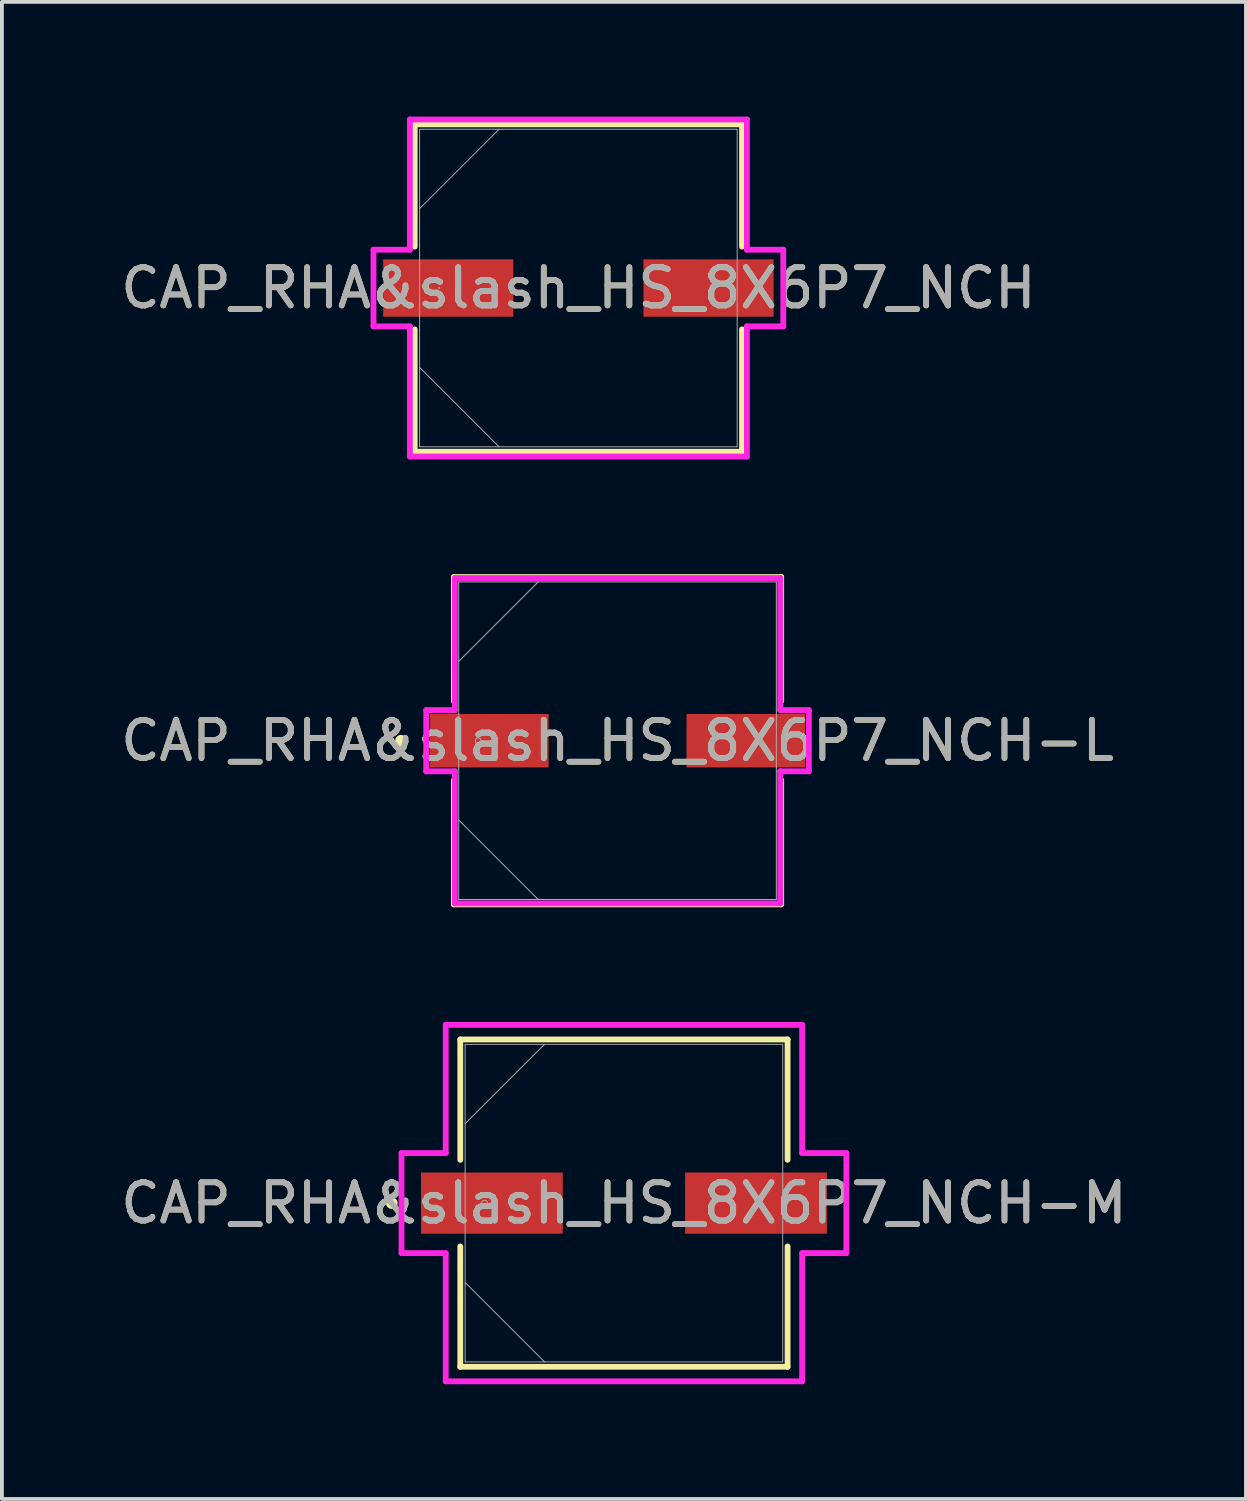
<source format=kicad_pcb>
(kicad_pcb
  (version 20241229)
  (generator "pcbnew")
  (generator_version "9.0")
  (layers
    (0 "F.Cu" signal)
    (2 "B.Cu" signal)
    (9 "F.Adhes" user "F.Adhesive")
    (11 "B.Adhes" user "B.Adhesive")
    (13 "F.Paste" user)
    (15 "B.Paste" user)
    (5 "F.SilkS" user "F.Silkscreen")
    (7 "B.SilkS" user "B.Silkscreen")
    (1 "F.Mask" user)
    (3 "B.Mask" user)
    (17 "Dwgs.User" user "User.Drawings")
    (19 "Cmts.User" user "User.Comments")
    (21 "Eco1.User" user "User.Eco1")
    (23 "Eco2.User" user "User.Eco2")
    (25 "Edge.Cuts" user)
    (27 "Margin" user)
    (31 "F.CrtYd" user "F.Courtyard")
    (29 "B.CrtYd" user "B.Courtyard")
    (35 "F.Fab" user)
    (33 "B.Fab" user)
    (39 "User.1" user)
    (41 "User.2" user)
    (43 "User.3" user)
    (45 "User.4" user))
  (footprint "CAP_RHA&slash_HS_8X6P7_NCH"
    (layer "F.Cu")
    (at 12.077 4.483)
    (property "Reference" "CAP_RHA&slash_HS_8X6P7_NCH" (at 0 0 0) (unlocked yes) (layer "F.SilkS") (effects (font (size 1 1) (thickness 0.15))))
    (attr smd)
    (fp_line (start -4.28 -4.28) (end -4.28 -1.082) (stroke (width 0.152) (type solid)) (layer "F.SilkS"))
    (fp_line (start -4.28 1.082) (end -4.28 4.28) (stroke (width 0.152) (type solid)) (layer "F.SilkS"))
    (fp_line (start -4.28 4.28) (end 4.28 4.28) (stroke (width 0.152) (type solid)) (layer "F.SilkS"))
    (fp_line (start 4.28 -4.28) (end -4.28 -4.28) (stroke (width 0.152) (type solid)) (layer "F.SilkS"))
    (fp_line (start 4.28 -1.082) (end 4.28 -4.28) (stroke (width 0.152) (type solid)) (layer "F.SilkS"))
    (fp_line (start 4.28 4.28) (end 4.28 1.082) (stroke (width 0.152) (type solid)) (layer "F.SilkS"))
    (fp_line (start -5.359 -1.003) (end -4.407 -1.003) (stroke (width 0.152) (type solid)) (layer "F.CrtYd"))
    (fp_line (start -5.359 1.003) (end -5.359 -1.003) (stroke (width 0.152) (type solid)) (layer "F.CrtYd"))
    (fp_line (start -4.407 -4.407) (end 4.407 -4.407) (stroke (width 0.152) (type solid)) (layer "F.CrtYd"))
    (fp_line (start -4.407 -1.003) (end -4.407 -4.407) (stroke (width 0.152) (type solid)) (layer "F.CrtYd"))
    (fp_line (start -4.407 1.003) (end -5.359 1.003) (stroke (width 0.152) (type solid)) (layer "F.CrtYd"))
    (fp_line (start -4.407 4.407) (end -4.407 1.003) (stroke (width 0.152) (type solid)) (layer "F.CrtYd"))
    (fp_line (start 4.407 -4.407) (end 4.407 -1.003) (stroke (width 0.152) (type solid)) (layer "F.CrtYd"))
    (fp_line (start 4.407 -1.003) (end 5.359 -1.003) (stroke (width 0.152) (type solid)) (layer "F.CrtYd"))
    (fp_line (start 4.407 1.003) (end 4.407 4.407) (stroke (width 0.152) (type solid)) (layer "F.CrtYd"))
    (fp_line (start 4.407 4.407) (end -4.407 4.407) (stroke (width 0.152) (type solid)) (layer "F.CrtYd"))
    (fp_line (start 5.359 -1.003) (end 5.359 1.003) (stroke (width 0.152) (type solid)) (layer "F.CrtYd"))
    (fp_line (start 5.359 1.003) (end 4.407 1.003) (stroke (width 0.152) (type solid)) (layer "F.CrtYd"))
    (fp_line (start -4.153 -4.153) (end -4.153 4.153) (stroke (width 0.025) (type solid)) (layer "F.Fab"))
    (fp_line (start -4.153 -2.076) (end -2.076 -4.153) (stroke (width 0.025) (type solid)) (layer "F.Fab"))
    (fp_line (start -4.153 2.076) (end -2.076 4.153) (stroke (width 0.025) (type solid)) (layer "F.Fab"))
    (fp_line (start -4.153 4.153) (end 4.153 4.153) (stroke (width 0.025) (type solid)) (layer "F.Fab"))
    (fp_line (start 4.153 -4.153) (end -4.153 -4.153) (stroke (width 0.025) (type solid)) (layer "F.Fab"))
    (fp_line (start 4.153 4.153) (end 4.153 -4.153) (stroke (width 0.025) (type solid)) (layer "F.Fab"))
    (fp_circle (center -3.645 0) (end -3.645 0) (stroke (width 0.025) (type solid)) (fill no) (layer "F.Fab"))
    (fp_text user "${REFERENCE}" (at 0 0 0) (unlocked yes) (layer "F.Fab") (effects (font (size 1 1) (thickness 0.15))))
    (pad "1" smd rect (at -3.404 0) (size 3.404 1.499) (layers "F.Cu" "F.Mask" "F.Paste"))
    (pad "2" smd rect (at 3.404 0) (size 3.404 1.499) (layers "F.Cu" "F.Mask" "F.Paste"))
    (zone (net_name "") (layer "F.Cu") (hatch full 0.508) (connect_pads) (min_thickness 0.254) (filled_areas_thickness no) (keepout (tracks not_allowed) (vias not_allowed) (pads allowed) (copperpour not_allowed) (footprints allowed)) (placement (enabled no)) (fill) (polygon (pts (xy 7.975 0.381) (xy 16.179 0.381) (xy 16.179 3.683) (xy 7.975 3.683))))
    (zone (net_name "") (layer "F.Cu") (hatch full 0.508) (connect_pads) (min_thickness 0.254) (filled_areas_thickness no) (keepout (tracks not_allowed) (vias not_allowed) (pads allowed) (copperpour not_allowed) (footprints allowed)) (placement (enabled no)) (fill) (polygon (pts (xy 7.975 5.283) (xy 16.179 5.283) (xy 16.179 8.585) (xy 7.975 8.585))))
    (zone (net_name "") (layer "F.Cu") (hatch full 0.508) (connect_pads) (min_thickness 0.254) (filled_areas_thickness no) (keepout (tracks not_allowed) (vias not_allowed) (pads allowed) (copperpour not_allowed) (footprints allowed)) (placement (enabled no)) (fill) (polygon (pts (xy 10.426 3.683) (xy 13.728 3.683) (xy 13.728 5.283) (xy 10.426 5.283)))))
  (footprint "CAP_RHA&slash_HS_8X6P7_NCH-L"
    (layer "F.Cu")
    (at 13.101 16.322)
    (property "Reference" "CAP_RHA&slash_HS_8X6P7_NCH-L" (at 0 0 0) (unlocked yes) (layer "F.SilkS") (effects (font (size 1 1) (thickness 0.15))))
    (attr smd)
    (fp_line (start -4.28 -4.28) (end -4.28 -1.031) (stroke (width 0.152) (type solid)) (layer "F.SilkS"))
    (fp_line (start -4.28 1.031) (end -4.28 4.28) (stroke (width 0.152) (type solid)) (layer "F.SilkS"))
    (fp_line (start -4.28 4.28) (end 4.28 4.28) (stroke (width 0.152) (type solid)) (layer "F.SilkS"))
    (fp_line (start 4.28 -4.28) (end -4.28 -4.28) (stroke (width 0.152) (type solid)) (layer "F.SilkS"))
    (fp_line (start 4.28 -1.031) (end 4.28 -4.28) (stroke (width 0.152) (type solid)) (layer "F.SilkS"))
    (fp_line (start 4.28 4.28) (end 4.28 1.031) (stroke (width 0.152) (type solid)) (layer "F.SilkS"))
    (fp_circle (center -5.664 0) (end -5.588 0) (stroke (width 0.152) (type solid)) (fill no) (layer "F.SilkS"))
    (fp_line (start -5.004 -0.8) (end -4.255 -0.8) (stroke (width 0.152) (type solid)) (layer "F.CrtYd"))
    (fp_line (start -5.004 0.8) (end -5.004 -0.8) (stroke (width 0.152) (type solid)) (layer "F.CrtYd"))
    (fp_line (start -4.255 -4.255) (end 4.255 -4.255) (stroke (width 0.152) (type solid)) (layer "F.CrtYd"))
    (fp_line (start -4.255 -0.8) (end -4.255 -4.255) (stroke (width 0.152) (type solid)) (layer "F.CrtYd"))
    (fp_line (start -4.255 0.8) (end -5.004 0.8) (stroke (width 0.152) (type solid)) (layer "F.CrtYd"))
    (fp_line (start -4.255 4.255) (end -4.255 0.8) (stroke (width 0.152) (type solid)) (layer "F.CrtYd"))
    (fp_line (start 4.255 -4.255) (end 4.255 -0.8) (stroke (width 0.152) (type solid)) (layer "F.CrtYd"))
    (fp_line (start 4.255 -0.8) (end 5.004 -0.8) (stroke (width 0.152) (type solid)) (layer "F.CrtYd"))
    (fp_line (start 4.255 0.8) (end 4.255 4.255) (stroke (width 0.152) (type solid)) (layer "F.CrtYd"))
    (fp_line (start 4.255 4.255) (end -4.255 4.255) (stroke (width 0.152) (type solid)) (layer "F.CrtYd"))
    (fp_line (start 5.004 -0.8) (end 5.004 0.8) (stroke (width 0.152) (type solid)) (layer "F.CrtYd"))
    (fp_line (start 5.004 0.8) (end 4.255 0.8) (stroke (width 0.152) (type solid)) (layer "F.CrtYd"))
    (fp_line (start -4.153 -4.153) (end -4.153 4.153) (stroke (width 0.025) (type solid)) (layer "F.Fab"))
    (fp_line (start -4.153 -2.076) (end -2.076 -4.153) (stroke (width 0.025) (type solid)) (layer "F.Fab"))
    (fp_line (start -4.153 2.076) (end -2.076 4.153) (stroke (width 0.025) (type solid)) (layer "F.Fab"))
    (fp_line (start -4.153 4.153) (end 4.153 4.153) (stroke (width 0.025) (type solid)) (layer "F.Fab"))
    (fp_line (start 4.153 -4.153) (end -4.153 -4.153) (stroke (width 0.025) (type solid)) (layer "F.Fab"))
    (fp_line (start 4.153 4.153) (end 4.153 -4.153) (stroke (width 0.025) (type solid)) (layer "F.Fab"))
    (fp_circle (center -3.645 0) (end -3.569 0) (stroke (width 0.025) (type solid)) (fill no) (layer "F.Fab"))
    (fp_text user "${REFERENCE}" (at 0 0 0) (unlocked yes) (layer "F.Fab") (effects (font (size 1 1) (thickness 0.15))))
    (pad "1" smd rect (at -3.353 0) (size 3.099 1.397) (layers "F.Cu" "F.Mask" "F.Paste"))
    (pad "2" smd rect (at 3.353 0) (size 3.099 1.397) (layers "F.Cu" "F.Mask" "F.Paste"))
    (zone (net_name "") (layer "F.Cu") (hatch full 0.508) (connect_pads) (min_thickness 0.254) (filled_areas_thickness no) (keepout (tracks not_allowed) (vias not_allowed) (pads allowed) (copperpour not_allowed) (footprints allowed)) (placement (enabled no)) (fill) (polygon (pts (xy 8.999 12.22) (xy 17.203 12.22) (xy 17.203 15.573) (xy 8.999 15.573))))
    (zone (net_name "") (layer "F.Cu") (hatch full 0.508) (connect_pads) (min_thickness 0.254) (filled_areas_thickness no) (keepout (tracks not_allowed) (vias not_allowed) (pads allowed) (copperpour not_allowed) (footprints allowed)) (placement (enabled no)) (fill) (polygon (pts (xy 8.999 17.072) (xy 17.203 17.072) (xy 17.203 20.424) (xy 8.999 20.424))))
    (zone (net_name "") (layer "F.Cu") (hatch full 0.508) (connect_pads) (min_thickness 0.254) (filled_areas_thickness no) (keepout (tracks not_allowed) (vias not_allowed) (pads allowed) (copperpour not_allowed) (footprints allowed)) (placement (enabled no)) (fill) (polygon (pts (xy 11.349 15.573) (xy 14.854 15.573) (xy 14.854 17.072) (xy 11.349 17.072)))))
  (footprint "CAP_RHA&slash_HS_8X6P7_NCH-M"
    (layer "F.Cu")
    (at 13.268 28.416)
    (property "Reference" "CAP_RHA&slash_HS_8X6P7_NCH-M" (at 0 0 0) (unlocked yes) (layer "F.SilkS") (effects (font (size 1 1) (thickness 0.15))))
    (attr smd)
    (fp_line (start -4.28 -4.28) (end -4.28 -1.133) (stroke (width 0.152) (type solid)) (layer "F.SilkS"))
    (fp_line (start -4.28 1.133) (end -4.28 4.28) (stroke (width 0.152) (type solid)) (layer "F.SilkS"))
    (fp_line (start -4.28 4.28) (end 4.28 4.28) (stroke (width 0.152) (type solid)) (layer "F.SilkS"))
    (fp_line (start 4.28 -4.28) (end -4.28 -4.28) (stroke (width 0.152) (type solid)) (layer "F.SilkS"))
    (fp_line (start 4.28 -1.133) (end 4.28 -4.28) (stroke (width 0.152) (type solid)) (layer "F.SilkS"))
    (fp_line (start 4.28 4.28) (end 4.28 1.133) (stroke (width 0.152) (type solid)) (layer "F.SilkS"))
    (fp_circle (center -6.071 0) (end -5.994 0) (stroke (width 0.152) (type solid)) (fill no) (layer "F.SilkS"))
    (fp_line (start -5.817 -1.308) (end -4.661 -1.308) (stroke (width 0.152) (type solid)) (layer "F.CrtYd"))
    (fp_line (start -5.817 1.308) (end -5.817 -1.308) (stroke (width 0.152) (type solid)) (layer "F.CrtYd"))
    (fp_line (start -4.661 -4.661) (end 4.661 -4.661) (stroke (width 0.152) (type solid)) (layer "F.CrtYd"))
    (fp_line (start -4.661 -1.308) (end -4.661 -4.661) (stroke (width 0.152) (type solid)) (layer "F.CrtYd"))
    (fp_line (start -4.661 1.308) (end -5.817 1.308) (stroke (width 0.152) (type solid)) (layer "F.CrtYd"))
    (fp_line (start -4.661 4.661) (end -4.661 1.308) (stroke (width 0.152) (type solid)) (layer "F.CrtYd"))
    (fp_line (start 4.661 -4.661) (end 4.661 -1.308) (stroke (width 0.152) (type solid)) (layer "F.CrtYd"))
    (fp_line (start 4.661 -1.308) (end 5.817 -1.308) (stroke (width 0.152) (type solid)) (layer "F.CrtYd"))
    (fp_line (start 4.661 1.308) (end 4.661 4.661) (stroke (width 0.152) (type solid)) (layer "F.CrtYd"))
    (fp_line (start 4.661 4.661) (end -4.661 4.661) (stroke (width 0.152) (type solid)) (layer "F.CrtYd"))
    (fp_line (start 5.817 -1.308) (end 5.817 1.308) (stroke (width 0.152) (type solid)) (layer "F.CrtYd"))
    (fp_line (start 5.817 1.308) (end 4.661 1.308) (stroke (width 0.152) (type solid)) (layer "F.CrtYd"))
    (fp_line (start -4.153 -4.153) (end -4.153 4.153) (stroke (width 0.025) (type solid)) (layer "F.Fab"))
    (fp_line (start -4.153 -2.076) (end -2.076 -4.153) (stroke (width 0.025) (type solid)) (layer "F.Fab"))
    (fp_line (start -4.153 2.076) (end -2.076 4.153) (stroke (width 0.025) (type solid)) (layer "F.Fab"))
    (fp_line (start -4.153 4.153) (end 4.153 4.153) (stroke (width 0.025) (type solid)) (layer "F.Fab"))
    (fp_line (start 4.153 -4.153) (end -4.153 -4.153) (stroke (width 0.025) (type solid)) (layer "F.Fab"))
    (fp_line (start 4.153 4.153) (end 4.153 -4.153) (stroke (width 0.025) (type solid)) (layer "F.Fab"))
    (fp_circle (center -3.645 0) (end -3.569 0) (stroke (width 0.025) (type solid)) (fill no) (layer "F.Fab"))
    (fp_text user "${REFERENCE}" (at 0 0 0) (unlocked yes) (layer "F.Fab") (effects (font (size 1 1) (thickness 0.15))))
    (pad "1" smd rect (at -3.454 0) (size 3.708 1.6) (layers "F.Cu" "F.Mask" "F.Paste"))
    (pad "2" smd rect (at 3.454 0) (size 3.708 1.6) (layers "F.Cu" "F.Mask" "F.Paste"))
    (zone (net_name "") (layer "F.Cu") (hatch full 0.508) (connect_pads) (min_thickness 0.254) (filled_areas_thickness no) (keepout (tracks not_allowed) (vias not_allowed) (pads allowed) (copperpour not_allowed) (footprints allowed)) (placement (enabled no)) (fill) (polygon (pts (xy 9.166 24.313) (xy 17.37 24.313) (xy 17.37 27.565) (xy 9.166 27.565))))
    (zone (net_name "") (layer "F.Cu") (hatch full 0.508) (connect_pads) (min_thickness 0.254) (filled_areas_thickness no) (keepout (tracks not_allowed) (vias not_allowed) (pads allowed) (copperpour not_allowed) (footprints allowed)) (placement (enabled no)) (fill) (polygon (pts (xy 9.166 29.266) (xy 17.37 29.266) (xy 17.37 32.518) (xy 9.166 32.518))))
    (zone (net_name "") (layer "F.Cu") (hatch full 0.508) (connect_pads) (min_thickness 0.254) (filled_areas_thickness no) (keepout (tracks not_allowed) (vias not_allowed) (pads allowed) (copperpour not_allowed) (footprints allowed)) (placement (enabled no)) (fill) (polygon (pts (xy 11.718 27.565) (xy 14.817 27.565) (xy 14.817 29.266) (xy 11.718 29.266)))))
  (gr_rect
    (start -3 -3)
    (end 29.536 36.153)
    (stroke (width 0.1) (type default))
    (fill no)
    (layer "Edge.Cuts")))
</source>
